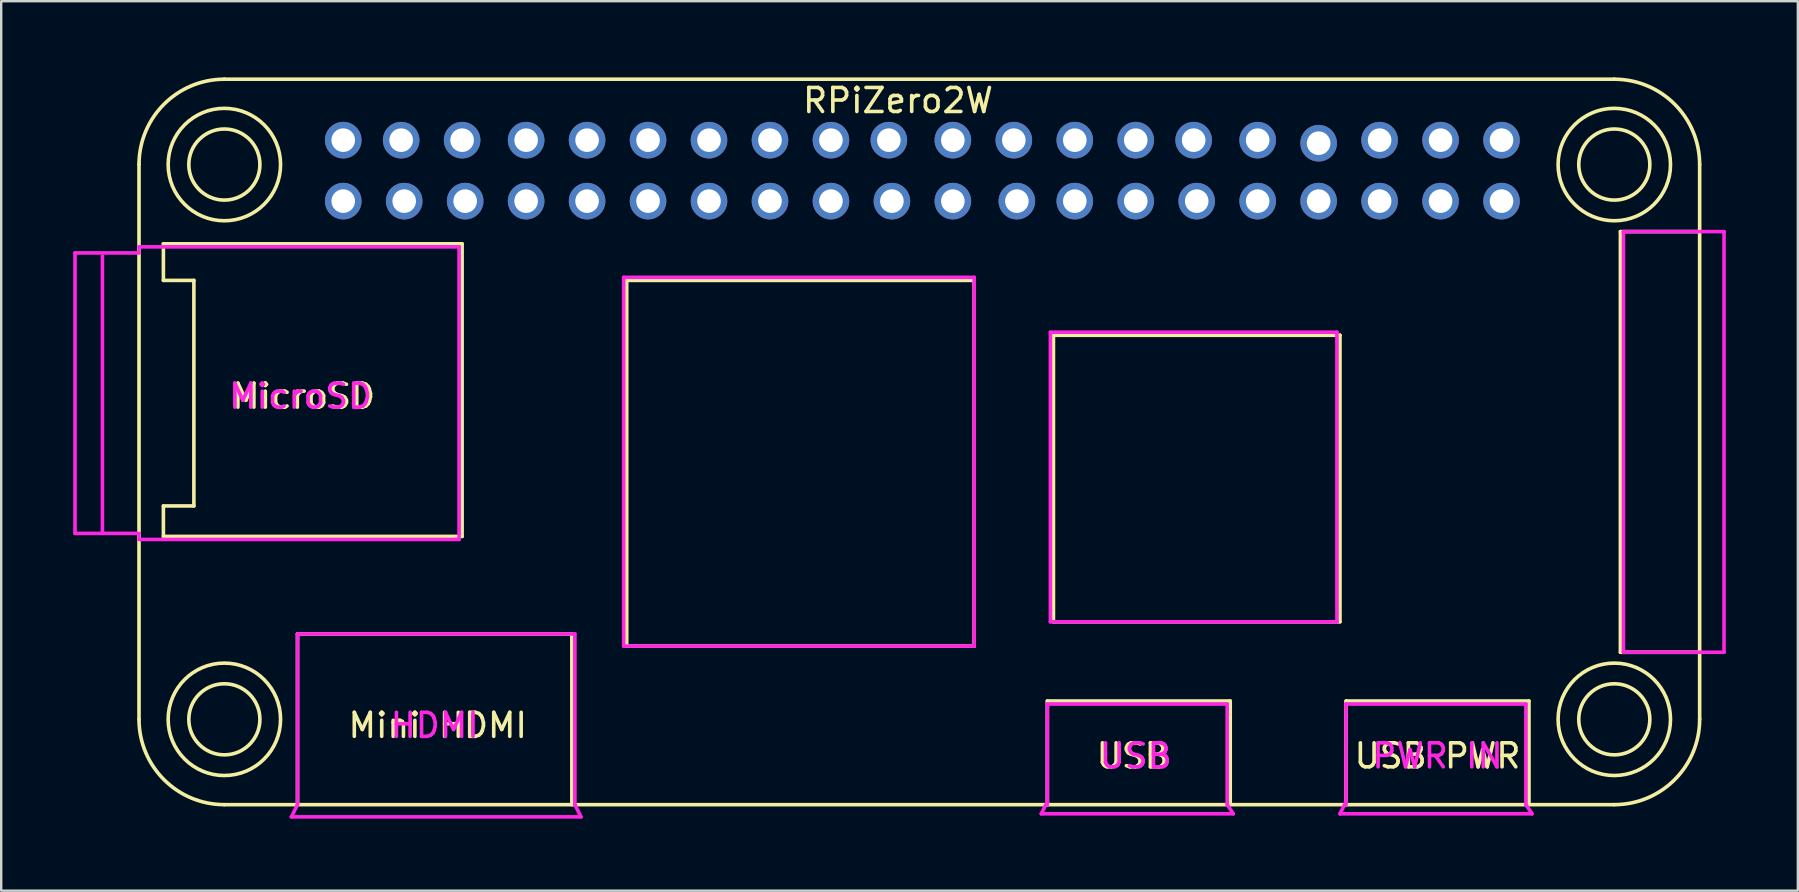
<source format=kicad_pcb>
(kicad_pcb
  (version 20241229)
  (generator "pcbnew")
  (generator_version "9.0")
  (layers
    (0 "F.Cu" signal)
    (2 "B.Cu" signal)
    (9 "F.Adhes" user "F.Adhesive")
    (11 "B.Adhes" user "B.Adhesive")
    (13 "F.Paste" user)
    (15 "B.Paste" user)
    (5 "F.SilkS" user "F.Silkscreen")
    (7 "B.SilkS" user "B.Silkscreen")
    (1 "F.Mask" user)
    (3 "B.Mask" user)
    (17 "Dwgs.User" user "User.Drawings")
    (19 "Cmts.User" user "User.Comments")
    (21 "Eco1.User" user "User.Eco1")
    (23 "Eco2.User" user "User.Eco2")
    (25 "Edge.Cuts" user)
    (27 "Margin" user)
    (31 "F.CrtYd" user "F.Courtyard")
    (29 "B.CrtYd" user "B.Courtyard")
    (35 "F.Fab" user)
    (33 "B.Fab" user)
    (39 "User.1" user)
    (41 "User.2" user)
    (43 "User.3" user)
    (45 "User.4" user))
  (footprint "RPiZero2W"
    (layer "F.Cu")
    (at 2.742 0.25)
    (property "Reference" "RPiZero2W" (at 31.623 0.889 0) (layer "F.SilkS") (effects (font (size 1 1) (thickness 0.15))))
    (attr through_hole)
    (fp_line (start 0 3.556) (end 0 26.67) (stroke (width 0.15) (type solid)) (layer "F.SilkS"))
    (fp_line (start 1.016 6.858) (end 1.016 8.382) (stroke (width 0.15) (type solid)) (layer "F.SilkS"))
    (fp_line (start 1.016 8.382) (end 2.286 8.382) (stroke (width 0.15) (type solid)) (layer "F.SilkS"))
    (fp_line (start 1.016 17.78) (end 1.016 19.05) (stroke (width 0.15) (type solid)) (layer "F.SilkS"))
    (fp_line (start 1.016 19.05) (end 13.462 19.05) (stroke (width 0.15) (type solid)) (layer "F.SilkS"))
    (fp_line (start 2.286 8.382) (end 2.286 17.78) (stroke (width 0.15) (type solid)) (layer "F.SilkS"))
    (fp_line (start 2.286 17.78) (end 1.016 17.78) (stroke (width 0.15) (type solid)) (layer "F.SilkS"))
    (fp_line (start 3.556 0) (end 61.468 0) (stroke (width 0.15) (type solid)) (layer "F.SilkS"))
    (fp_line (start 6.604 23.114) (end 18.034 23.114) (stroke (width 0.15) (type solid)) (layer "F.SilkS"))
    (fp_line (start 6.604 30.226) (end 6.604 23.114) (stroke (width 0.15) (type solid)) (layer "F.SilkS"))
    (fp_line (start 13.462 6.858) (end 1.016 6.858) (stroke (width 0.15) (type solid)) (layer "F.SilkS"))
    (fp_line (start 13.462 19.05) (end 13.462 6.858) (stroke (width 0.15) (type solid)) (layer "F.SilkS"))
    (fp_line (start 18.034 23.114) (end 18.034 30.226) (stroke (width 0.15) (type solid)) (layer "F.SilkS"))
    (fp_line (start 20.32 8.382) (end 34.798 8.382) (stroke (width 0.15) (type solid)) (layer "F.SilkS"))
    (fp_line (start 20.32 23.622) (end 20.32 8.382) (stroke (width 0.15) (type solid)) (layer "F.SilkS"))
    (fp_line (start 34.798 8.382) (end 34.798 23.622) (stroke (width 0.15) (type solid)) (layer "F.SilkS"))
    (fp_line (start 34.798 23.622) (end 20.32 23.622) (stroke (width 0.15) (type solid)) (layer "F.SilkS"))
    (fp_line (start 37.846 25.908) (end 45.466 25.908) (stroke (width 0.15) (type solid)) (layer "F.SilkS"))
    (fp_line (start 37.846 30.226) (end 37.846 25.908) (stroke (width 0.15) (type solid)) (layer "F.SilkS"))
    (fp_line (start 38.1 10.668) (end 38.1 22.606) (stroke (width 0.15) (type solid)) (layer "F.SilkS"))
    (fp_line (start 38.1 22.606) (end 50.038 22.606) (stroke (width 0.15) (type solid)) (layer "F.SilkS"))
    (fp_line (start 45.466 25.908) (end 45.466 30.226) (stroke (width 0.15) (type solid)) (layer "F.SilkS"))
    (fp_line (start 50.038 10.668) (end 38.1 10.668) (stroke (width 0.15) (type solid)) (layer "F.SilkS"))
    (fp_line (start 50.038 22.606) (end 50.038 10.668) (stroke (width 0.15) (type solid)) (layer "F.SilkS"))
    (fp_line (start 50.292 25.908) (end 57.912 25.908) (stroke (width 0.15) (type solid)) (layer "F.SilkS"))
    (fp_line (start 50.292 30.226) (end 50.292 25.908) (stroke (width 0.15) (type solid)) (layer "F.SilkS"))
    (fp_line (start 57.912 25.908) (end 57.912 30.226) (stroke (width 0.15) (type solid)) (layer "F.SilkS"))
    (fp_line (start 61.468 30.226) (end 3.556 30.226) (stroke (width 0.15) (type solid)) (layer "F.SilkS"))
    (fp_line (start 61.722 6.35) (end 61.722 23.876) (stroke (width 0.15) (type solid)) (layer "F.SilkS"))
    (fp_line (start 61.722 6.35) (end 65.024 6.35) (stroke (width 0.15) (type solid)) (layer "F.SilkS"))
    (fp_line (start 61.722 23.876) (end 65.024 23.876) (stroke (width 0.15) (type solid)) (layer "F.SilkS"))
    (fp_line (start 65.024 3.556) (end 65.024 26.67) (stroke (width 0.15) (type solid)) (layer "F.SilkS"))
    (fp_arc (start 0 3.556) (mid 1.041528 1.041528) (end 3.556 0) (stroke (width 0.15) (type solid)) (layer "F.SilkS"))
    (fp_arc (start 3.556 30.226) (mid 1.041528 29.184472) (end 0 26.67) (stroke (width 0.15) (type solid)) (layer "F.SilkS"))
    (fp_arc (start 61.468 0) (mid 63.982472 1.041528) (end 65.024 3.556) (stroke (width 0.15) (type solid)) (layer "F.SilkS"))
    (fp_arc (start 65.024 26.67) (mid 63.982472 29.184472) (end 61.468 30.226) (stroke (width 0.15) (type solid)) (layer "F.SilkS"))
    (fp_circle (center 3.556 3.556) (end 1.778 2.032) (stroke (width 0.15) (type solid)) (fill no) (layer "F.SilkS"))
    (fp_circle (center 3.556 3.556) (end 2.794 2.286) (stroke (width 0.15) (type solid)) (fill no) (layer "F.SilkS"))
    (fp_circle (center 3.556 26.67) (end 4.318 27.94) (stroke (width 0.15) (type solid)) (fill no) (layer "F.SilkS"))
    (fp_circle (center 3.556 26.67) (end 5.334 28.194) (stroke (width 0.15) (type solid)) (fill no) (layer "F.SilkS"))
    (fp_circle (center 61.468 3.556) (end 59.69 2.032) (stroke (width 0.15) (type solid)) (fill no) (layer "F.SilkS"))
    (fp_circle (center 61.468 3.556) (end 60.706 2.286) (stroke (width 0.15) (type solid)) (fill no) (layer "F.SilkS"))
    (fp_circle (center 61.468 26.67) (end 62.738 25.908) (stroke (width 0.15) (type solid)) (fill no) (layer "F.SilkS"))
    (fp_circle (center 61.468 26.67) (end 62.992 24.892) (stroke (width 0.15) (type solid)) (fill no) (layer "F.SilkS"))
    (fp_line (start -2.667 7.239) (end -2.667 18.923) (stroke (width 0.15) (type solid)) (layer "F.CrtYd"))
    (fp_line (start -2.667 18.923) (end 0 18.923) (stroke (width 0.15) (type solid)) (layer "F.CrtYd"))
    (fp_line (start -1.524 7.366) (end -1.524 18.923) (stroke (width 0.15) (type solid)) (layer "F.CrtYd"))
    (fp_line (start 0 6.985) (end 13.335 6.985) (stroke (width 0.15) (type solid)) (layer "F.CrtYd"))
    (fp_line (start 0 7.239) (end -2.667 7.239) (stroke (width 0.15) (type solid)) (layer "F.CrtYd"))
    (fp_line (start 0 7.239) (end 0 6.985) (stroke (width 0.12) (type solid)) (layer "F.CrtYd"))
    (fp_line (start 0 19.177) (end 0 18.923) (stroke (width 0.12) (type solid)) (layer "F.CrtYd"))
    (fp_line (start 6.35 30.734) (end 18.415 30.734) (stroke (width 0.15) (type solid)) (layer "F.CrtYd"))
    (fp_line (start 6.604 23.114) (end 18.161 23.114) (stroke (width 0.15) (type solid)) (layer "F.CrtYd"))
    (fp_line (start 6.604 30.226) (end 6.35 30.734) (stroke (width 0.15) (type solid)) (layer "F.CrtYd"))
    (fp_line (start 6.604 30.226) (end 6.604 23.114) (stroke (width 0.15) (type solid)) (layer "F.CrtYd"))
    (fp_line (start 13.335 6.985) (end 13.335 19.177) (stroke (width 0.15) (type solid)) (layer "F.CrtYd"))
    (fp_line (start 13.335 19.177) (end 0 19.177) (stroke (width 0.15) (type solid)) (layer "F.CrtYd"))
    (fp_line (start 18.161 23.114) (end 18.161 30.226) (stroke (width 0.15) (type solid)) (layer "F.CrtYd"))
    (fp_line (start 18.415 30.734) (end 18.161 30.226) (stroke (width 0.15) (type solid)) (layer "F.CrtYd"))
    (fp_line (start 20.193 8.255) (end 20.193 23.622) (stroke (width 0.15) (type solid)) (layer "F.CrtYd"))
    (fp_line (start 20.193 8.255) (end 34.798 8.255) (stroke (width 0.15) (type solid)) (layer "F.CrtYd"))
    (fp_line (start 34.798 8.255) (end 34.798 23.622) (stroke (width 0.15) (type solid)) (layer "F.CrtYd"))
    (fp_line (start 34.798 23.622) (end 20.193 23.622) (stroke (width 0.15) (type solid)) (layer "F.CrtYd"))
    (fp_line (start 37.592 30.607) (end 37.846 30.099) (stroke (width 0.15) (type solid)) (layer "F.CrtYd"))
    (fp_line (start 37.846 26.035) (end 45.339 26.035) (stroke (width 0.15) (type solid)) (layer "F.CrtYd"))
    (fp_line (start 37.846 30.226) (end 37.846 26.035) (stroke (width 0.15) (type solid)) (layer "F.CrtYd"))
    (fp_line (start 37.973 10.541) (end 37.973 22.606) (stroke (width 0.15) (type solid)) (layer "F.CrtYd"))
    (fp_line (start 37.973 10.541) (end 49.911 10.541) (stroke (width 0.15) (type solid)) (layer "F.CrtYd"))
    (fp_line (start 45.339 26.035) (end 45.339 30.226) (stroke (width 0.15) (type solid)) (layer "F.CrtYd"))
    (fp_line (start 45.339 30.226) (end 45.593 30.607) (stroke (width 0.15) (type solid)) (layer "F.CrtYd"))
    (fp_line (start 45.593 30.607) (end 37.592 30.607) (stroke (width 0.15) (type solid)) (layer "F.CrtYd"))
    (fp_line (start 49.911 10.541) (end 49.911 22.606) (stroke (width 0.15) (type solid)) (layer "F.CrtYd"))
    (fp_line (start 49.911 22.606) (end 37.973 22.606) (stroke (width 0.15) (type solid)) (layer "F.CrtYd"))
    (fp_line (start 50.038 30.607) (end 50.292 30.099) (stroke (width 0.15) (type solid)) (layer "F.CrtYd"))
    (fp_line (start 50.292 26.035) (end 57.785 26.035) (stroke (width 0.15) (type solid)) (layer "F.CrtYd"))
    (fp_line (start 50.292 30.226) (end 50.292 26.035) (stroke (width 0.15) (type solid)) (layer "F.CrtYd"))
    (fp_line (start 57.785 26.035) (end 57.785 30.226) (stroke (width 0.15) (type solid)) (layer "F.CrtYd"))
    (fp_line (start 57.785 30.226) (end 58.039 30.607) (stroke (width 0.15) (type solid)) (layer "F.CrtYd"))
    (fp_line (start 58.039 30.607) (end 50.038 30.607) (stroke (width 0.15) (type solid)) (layer "F.CrtYd"))
    (fp_line (start 61.849 6.35) (end 61.849 23.876) (stroke (width 0.15) (type solid)) (layer "F.CrtYd"))
    (fp_line (start 61.849 6.35) (end 66.04 6.35) (stroke (width 0.15) (type solid)) (layer "F.CrtYd"))
    (fp_line (start 66.04 6.35) (end 66.04 23.876) (stroke (width 0.15) (type solid)) (layer "F.CrtYd"))
    (fp_line (start 66.04 23.876) (end 61.849 23.876) (stroke (width 0.15) (type solid)) (layer "F.CrtYd"))
    (fp_text user "USB PWR" (at 54.102 28.194 0) (layer "F.SilkS") (effects (font (size 1 1) (thickness 0.15))))
    (fp_text user "MicroSD" (at 6.858 13.208 0) (layer "F.SilkS") (effects (font (size 1 1) (thickness 0.15))))
    (fp_text user "Mini HDMI" (at 12.446 26.924 0) (layer "F.SilkS") (effects (font (size 1 1) (thickness 0.15))))
    (fp_text user "USB" (at 41.402 28.194 0) (layer "F.SilkS") (effects (font (size 1 1) (thickness 0.15))))
    (fp_text user "HDMI" (at 12.319 26.924 0) (layer "F.CrtYd") (effects (font (size 1 1) (thickness 0.15))))
    (fp_text user "PWR IN" (at 54.102 28.194 0) (layer "F.CrtYd") (effects (font (size 1 1) (thickness 0.15))))
    (fp_text user "MicroSD" (at 6.731 13.208 0) (layer "F.CrtYd") (effects (font (size 1 1) (thickness 0.15))))
    (fp_text user "USB" (at 41.529 28.194 0) (layer "F.CrtYd") (effects (font (size 1 1) (thickness 0.15))))
    (pad "1" thru_hole circle (at 8.509 5.08) (size 1.524 1.524) (drill 0.984) (layers "*.Cu" "*.Mask"))
    (pad "2" thru_hole circle (at 8.509 2.54) (size 1.524 1.524) (drill 0.984) (layers "*.Cu" "*.Mask"))
    (pad "3" thru_hole circle (at 11.049 5.08) (size 1.524 1.524) (drill 0.984) (layers "*.Cu" "*.Mask"))
    (pad "4" thru_hole circle (at 10.922 2.54) (size 1.524 1.524) (drill 0.984) (layers "*.Cu" "*.Mask"))
    (pad "5" thru_hole circle (at 13.589 5.08) (size 1.524 1.524) (drill 0.984) (layers "*.Cu" "*.Mask"))
    (pad "6" thru_hole circle (at 13.462 2.54) (size 1.524 1.524) (drill 0.984) (layers "*.Cu" "*.Mask"))
    (pad "7" thru_hole circle (at 16.129 5.08) (size 1.524 1.524) (drill 0.984) (layers "*.Cu" "*.Mask"))
    (pad "8" thru_hole circle (at 16.129 2.54) (size 1.524 1.524) (drill 0.984) (layers "*.Cu" "*.Mask"))
    (pad "9" thru_hole circle (at 18.669 5.08) (size 1.524 1.524) (drill 0.984) (layers "*.Cu" "*.Mask"))
    (pad "10" thru_hole circle (at 18.669 2.54) (size 1.524 1.524) (drill 0.984) (layers "*.Cu" "*.Mask"))
    (pad "11" thru_hole circle (at 21.209 5.08) (size 1.524 1.524) (drill 0.984) (layers "*.Cu" "*.Mask"))
    (pad "12" thru_hole circle (at 21.209 2.54) (size 1.524 1.524) (drill 0.984) (layers "*.Cu" "*.Mask"))
    (pad "13" thru_hole circle (at 23.749 5.08) (size 1.524 1.524) (drill 0.984) (layers "*.Cu" "*.Mask"))
    (pad "14" thru_hole circle (at 23.749 2.54) (size 1.524 1.524) (drill 0.984) (layers "*.Cu" "*.Mask"))
    (pad "15" thru_hole circle (at 26.289 5.08) (size 1.524 1.524) (drill 0.984) (layers "*.Cu" "*.Mask"))
    (pad "16" thru_hole circle (at 26.289 2.54) (size 1.524 1.524) (drill 0.984) (layers "*.Cu" "*.Mask"))
    (pad "17" thru_hole circle (at 28.829 5.08) (size 1.524 1.524) (drill 0.984) (layers "*.Cu" "*.Mask"))
    (pad "18" thru_hole circle (at 28.829 2.54) (size 1.524 1.524) (drill 0.984) (layers "*.Cu" "*.Mask"))
    (pad "19" thru_hole circle (at 31.369 5.08) (size 1.524 1.524) (drill 0.984) (layers "*.Cu" "*.Mask"))
    (pad "20" thru_hole circle (at 31.242 2.54) (size 1.524 1.524) (drill 0.984) (layers "*.Cu" "*.Mask"))
    (pad "21" thru_hole circle (at 33.909 5.08) (size 1.524 1.524) (drill 0.984) (layers "*.Cu" "*.Mask"))
    (pad "22" thru_hole circle (at 33.909 2.54) (size 1.524 1.524) (drill 0.984) (layers "*.Cu" "*.Mask"))
    (pad "23" thru_hole circle (at 36.576 5.08) (size 1.524 1.524) (drill 0.984) (layers "*.Cu" "*.Mask"))
    (pad "24" thru_hole circle (at 36.449 2.54) (size 1.524 1.524) (drill 0.984) (layers "*.Cu" "*.Mask"))
    (pad "25" thru_hole circle (at 38.989 5.08) (size 1.524 1.524) (drill 0.984) (layers "*.Cu" "*.Mask"))
    (pad "26" thru_hole circle (at 38.989 2.54) (size 1.524 1.524) (drill 0.984) (layers "*.Cu" "*.Mask"))
    (pad "27" thru_hole circle (at 41.529 5.08) (size 1.524 1.524) (drill 0.984) (layers "*.Cu" "*.Mask"))
    (pad "28" thru_hole circle (at 41.529 2.54) (size 1.524 1.524) (drill 0.984) (layers "*.Cu" "*.Mask"))
    (pad "29" thru_hole circle (at 44.069 5.08) (size 1.524 1.524) (drill 0.984) (layers "*.Cu" "*.Mask"))
    (pad "30" thru_hole circle (at 43.942 2.54) (size 1.524 1.524) (drill 0.984) (layers "*.Cu" "*.Mask"))
    (pad "31" thru_hole circle (at 46.609 5.08) (size 1.524 1.524) (drill 0.984) (layers "*.Cu" "*.Mask"))
    (pad "32" thru_hole circle (at 46.609 2.54) (size 1.524 1.524) (drill 0.984) (layers "*.Cu" "*.Mask"))
    (pad "33" thru_hole circle (at 49.149 5.08) (size 1.524 1.524) (drill 0.984) (layers "*.Cu" "*.Mask"))
    (pad "34" thru_hole circle (at 49.149 2.667) (size 1.524 1.524) (drill 0.984) (layers "*.Cu" "*.Mask"))
    (pad "35" thru_hole circle (at 51.689 5.08) (size 1.524 1.524) (drill 0.984) (layers "*.Cu" "*.Mask"))
    (pad "36" thru_hole circle (at 51.689 2.54) (size 1.524 1.524) (drill 0.984) (layers "*.Cu" "*.Mask"))
    (pad "37" thru_hole circle (at 54.229 5.08) (size 1.524 1.524) (drill 0.984) (layers "*.Cu" "*.Mask"))
    (pad "38" thru_hole circle (at 54.229 2.54) (size 1.524 1.524) (drill 0.984) (layers "*.Cu" "*.Mask"))
    (pad "39" thru_hole circle (at 56.769 5.08) (size 1.524 1.524) (drill 0.984) (layers "*.Cu" "*.Mask"))
    (pad "40" thru_hole circle (at 56.769 2.54) (size 1.524 1.524) (drill 0.984) (layers "*.Cu" "*.Mask")))
  (gr_rect
    (start -3 -3)
    (end 71.857 34.059)
    (stroke (width 0.1) (type default))
    (fill no)
    (layer "Edge.Cuts")))
</source>
